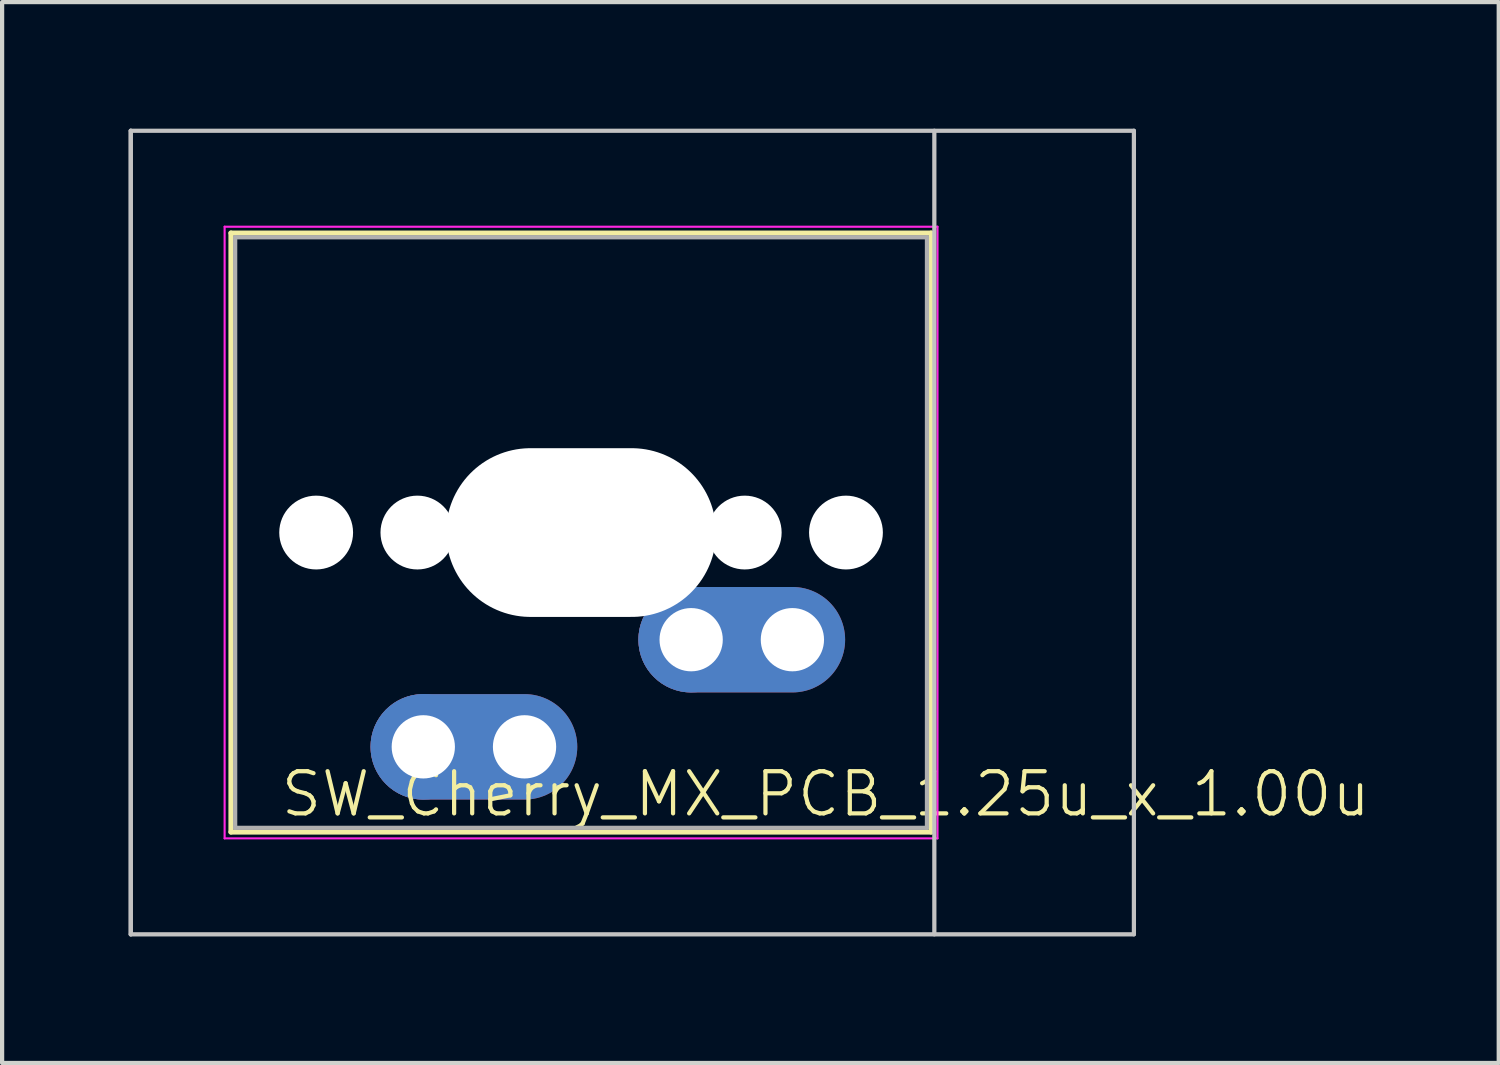
<source format=kicad_pcb>
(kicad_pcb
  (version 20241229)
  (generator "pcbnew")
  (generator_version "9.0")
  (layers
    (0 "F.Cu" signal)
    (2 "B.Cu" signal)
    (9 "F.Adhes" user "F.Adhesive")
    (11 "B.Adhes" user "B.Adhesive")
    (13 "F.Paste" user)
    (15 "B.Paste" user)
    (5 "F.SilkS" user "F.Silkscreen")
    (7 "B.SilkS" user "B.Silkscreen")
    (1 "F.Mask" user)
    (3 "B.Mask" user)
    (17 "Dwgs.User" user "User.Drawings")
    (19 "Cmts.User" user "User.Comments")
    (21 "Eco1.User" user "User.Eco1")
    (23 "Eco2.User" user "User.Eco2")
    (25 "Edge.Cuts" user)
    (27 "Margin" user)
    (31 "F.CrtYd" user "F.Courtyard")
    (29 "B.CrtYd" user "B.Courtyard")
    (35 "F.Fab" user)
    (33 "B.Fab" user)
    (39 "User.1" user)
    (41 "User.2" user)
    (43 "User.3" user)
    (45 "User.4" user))
  (footprint "SW_Cherry_MX_PCB_1.25u_x_1.00u"
    (layer "F.Cu")
    (at 9.525 9.575)
    (property "Reference" "SW_Cherry_MX_PCB_1.25u_x_1.00u" (at 7 6.2 0) (unlocked yes) (layer "F.SilkS") (effects (font (size 1 1) (thickness 0.1))))
    (attr smd)
    (fp_line (start -7.1 -7.1) (end -7.1 7.1) (stroke (width 0.12) (type solid)) (layer "F.SilkS"))
    (fp_line (start -7.1 7.1) (end 9.5 7.1) (stroke (width 0.12) (type solid)) (layer "F.SilkS"))
    (fp_line (start 9.5 -7.1) (end -7.1 -7.1) (stroke (width 0.12) (type solid)) (layer "F.SilkS"))
    (fp_line (start 9.5 7.1) (end 9.5 -7.1) (stroke (width 0.12) (type solid)) (layer "F.SilkS"))
    (fp_line (start -9.475 -9.525) (end -9.475 9.525) (stroke (width 0.1) (type solid)) (layer "Dwgs.User"))
    (fp_line (start -9.475 -9.525) (end -9.475 9.525) (stroke (width 0.1) (type solid)) (layer "Dwgs.User"))
    (fp_line (start -9.475 9.525) (end 14.306 9.525) (stroke (width 0.1) (type solid)) (layer "Dwgs.User"))
    (fp_line (start 9.575 9.525) (end 9.575 -9.525) (stroke (width 0.1) (type solid)) (layer "Dwgs.User"))
    (fp_line (start 14.306 -9.525) (end -9.475 -9.525) (stroke (width 0.1) (type solid)) (layer "Dwgs.User"))
    (fp_line (start 14.306 9.525) (end 14.306 -9.525) (stroke (width 0.1) (type solid)) (layer "Dwgs.User"))
    (fp_line (start -7 -7) (end -7 7) (stroke (width 0.1) (type solid)) (layer "Eco1.User"))
    (fp_line (start -7 7) (end 9.4 7) (stroke (width 0.1) (type solid)) (layer "Eco1.User"))
    (fp_line (start 9.4 -7) (end -7 -7) (stroke (width 0.1) (type solid)) (layer "Eco1.User"))
    (fp_line (start 9.4 7) (end 9.4 -7) (stroke (width 0.1) (type solid)) (layer "Eco1.User"))
    (fp_line (start -7.25 -7.25) (end -7.25 7.25) (stroke (width 0.05) (type solid)) (layer "F.CrtYd"))
    (fp_line (start -7.25 7.25) (end 9.65 7.25) (stroke (width 0.05) (type solid)) (layer "F.CrtYd"))
    (fp_line (start 9.65 -7.25) (end -7.25 -7.25) (stroke (width 0.05) (type solid)) (layer "F.CrtYd"))
    (fp_line (start 9.65 7.25) (end 9.65 -7.25) (stroke (width 0.05) (type solid)) (layer "F.CrtYd"))
    (fp_line (start -7 -7) (end -7 7) (stroke (width 0.1) (type solid)) (layer "F.Fab"))
    (fp_line (start -7 7) (end 9.4 7) (stroke (width 0.1) (type solid)) (layer "F.Fab"))
    (fp_line (start 9.4 -7) (end -7 -7) (stroke (width 0.1) (type solid)) (layer "F.Fab"))
    (fp_line (start 9.4 7) (end 9.4 -7) (stroke (width 0.1) (type solid)) (layer "F.Fab"))
    (pad "" np_thru_hole circle (at -5.08 0 180) (size 1.75 1.75) (drill 1.75) (layers "*.Cu" "*.Mask"))
    (pad "" np_thru_hole circle (at -2.68 0 180) (size 1.75 1.75) (drill 1.75) (layers "*.Cu" "*.Mask"))
    (pad "" np_thru_hole oval (at 1.2 0 180) (size 6.4 4) (drill oval 6.4 4) (layers "*.Cu"))
    (pad "" np_thru_hole circle (at 5.08 0 180) (size 1.75 1.75) (drill 1.75) (layers "*.Cu" "*.Mask"))
    (pad "" np_thru_hole circle (at 7.48 0 180) (size 1.75 1.75) (drill 1.75) (layers "*.Cu" "*.Mask"))
    (pad "1" thru_hole circle (at 3.81 2.54 180) (size 2.5 2.5) (drill 1.5) (layers "*.Cu" "*.Mask"))
    (pad "1" thru_hole oval (at 6.21 2.54 180) (size 4.9 2.5) (drill 1.5 (offset 1.2 0)) (layers "*.Cu" "*.Mask"))
    (pad "2" thru_hole circle (at -2.54 5.08 180) (size 2.5 2.5) (drill 1.5) (layers "*.Cu" "*.Mask"))
    (pad "2" thru_hole oval (at -0.14 5.08 180) (size 4.9 2.5) (drill 1.5 (offset 1.2 0)) (layers "*.Cu" "*.Mask")))
  (gr_rect
    (start -3 -3)
    (end 32.48 22.15)
    (stroke (width 0.1) (type default))
    (fill no)
    (layer "Edge.Cuts")))
</source>
